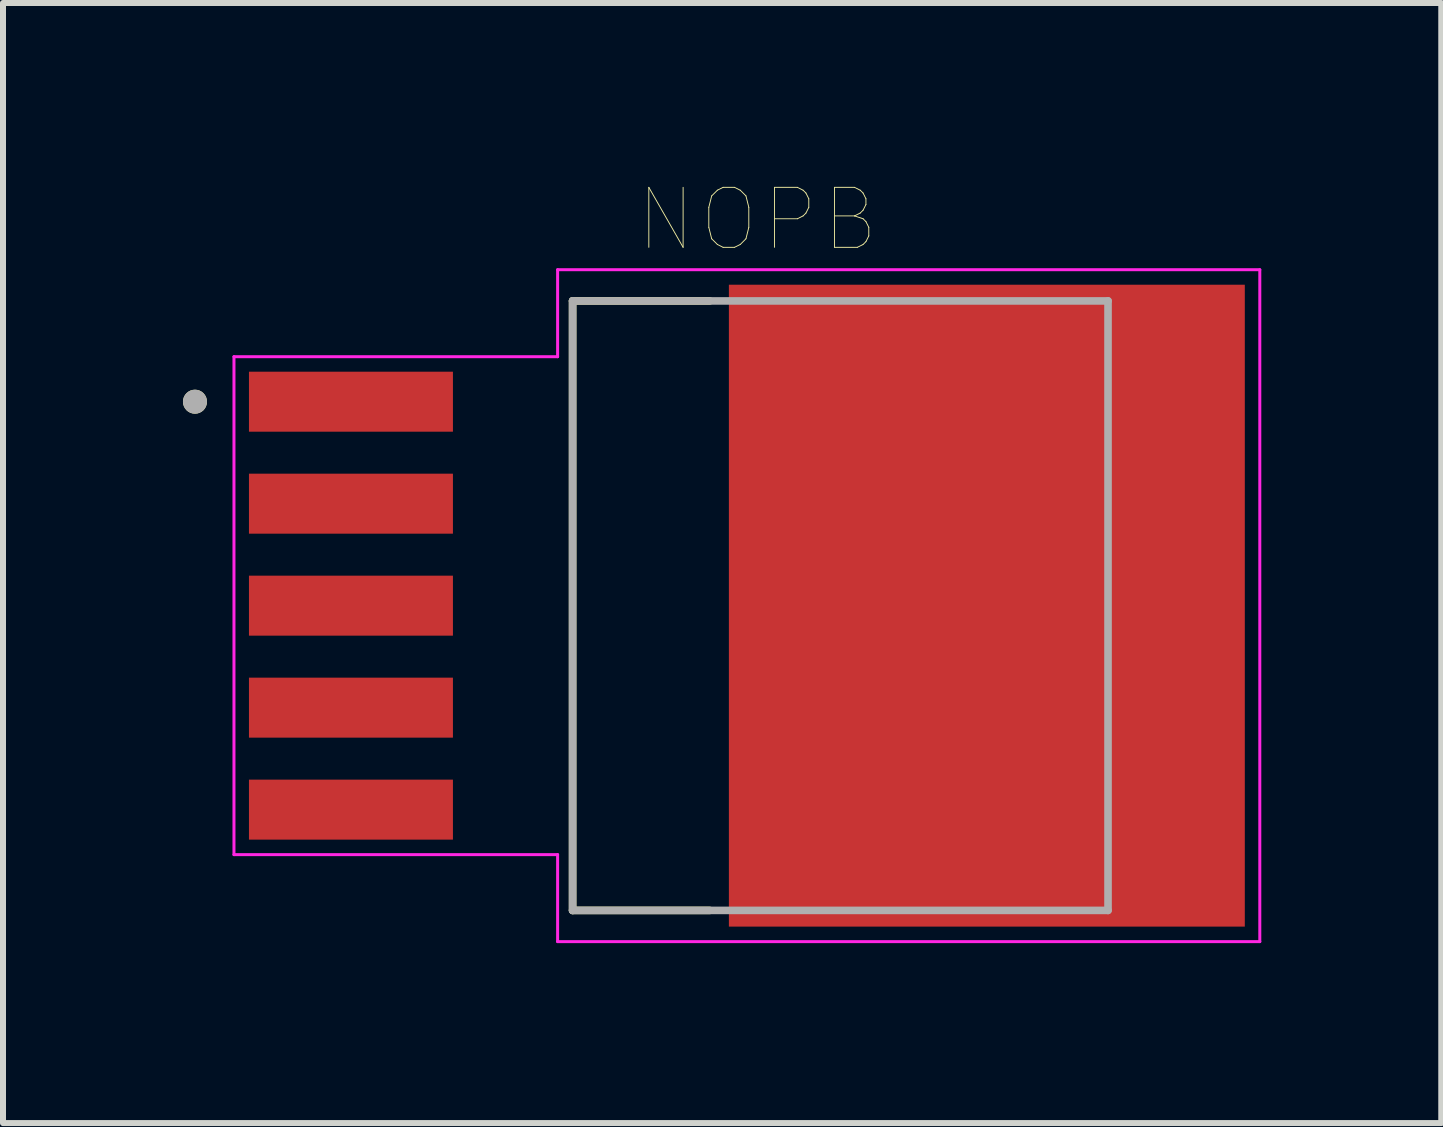
<source format=kicad_pcb>
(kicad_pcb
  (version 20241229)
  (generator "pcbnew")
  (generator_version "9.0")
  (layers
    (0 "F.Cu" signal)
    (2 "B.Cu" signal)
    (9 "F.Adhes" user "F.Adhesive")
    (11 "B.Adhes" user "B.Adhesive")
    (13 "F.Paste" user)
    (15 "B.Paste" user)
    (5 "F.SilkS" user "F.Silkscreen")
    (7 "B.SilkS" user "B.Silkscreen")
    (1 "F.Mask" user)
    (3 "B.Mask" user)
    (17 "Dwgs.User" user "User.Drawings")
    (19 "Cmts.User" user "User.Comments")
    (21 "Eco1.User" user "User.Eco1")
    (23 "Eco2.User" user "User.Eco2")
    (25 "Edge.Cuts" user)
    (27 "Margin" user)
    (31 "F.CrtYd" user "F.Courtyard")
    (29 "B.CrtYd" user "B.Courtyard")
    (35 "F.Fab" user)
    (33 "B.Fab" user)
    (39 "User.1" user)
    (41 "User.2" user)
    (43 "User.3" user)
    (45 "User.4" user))
  (footprint "NOPB"
    (layer "F.Cu")
    (at 13.4 7.046)
    (property "Reference" "NOPB" (at -3.825 -6.435 0) (layer "F.SilkS") (effects (font (size 1 1) (thickness 0.015))))
    (attr smd)
    (fp_poly (pts (xy -12.37 -3.97) (xy -8.83 -3.97) (xy -8.83 -2.83) (xy -12.37 -2.83)) (stroke (width 0.01) (type solid)) (fill yes) (layer "F.Mask"))
    (fp_poly (pts (xy -12.37 -2.27) (xy -8.83 -2.27) (xy -8.83 -1.13) (xy -12.37 -1.13)) (stroke (width 0.01) (type solid)) (fill yes) (layer "F.Mask"))
    (fp_poly (pts (xy -12.37 -0.57) (xy -8.83 -0.57) (xy -8.83 0.57) (xy -12.37 0.57)) (stroke (width 0.01) (type solid)) (fill yes) (layer "F.Mask"))
    (fp_poly (pts (xy -12.37 1.13) (xy -8.83 1.13) (xy -8.83 2.27) (xy -12.37 2.27)) (stroke (width 0.01) (type solid)) (fill yes) (layer "F.Mask"))
    (fp_poly (pts (xy -12.37 2.83) (xy -8.83 2.83) (xy -8.83 3.97) (xy -12.37 3.97)) (stroke (width 0.01) (type solid)) (fill yes) (layer "F.Mask"))
    (fp_poly (pts (xy -4.37 -5.42) (xy 4.37 -5.42) (xy 4.37 5.42) (xy -4.37 5.42)) (stroke (width 0.01) (type solid)) (fill yes) (layer "F.Mask"))
    (fp_line (start -6.905 -5.08) (end -6.905 5.08) (stroke (width 0.127) (type solid)) (layer "F.SilkS"))
    (fp_line (start -6.905 5.08) (end -4.62 5.08) (stroke (width 0.127) (type solid)) (layer "F.SilkS"))
    (fp_line (start -4.62 -5.08) (end -6.905 -5.08) (stroke (width 0.127) (type solid)) (layer "F.SilkS"))
    (fp_circle (center -13.2 -3.4) (end -13.1 -3.4) (stroke (width 0.2) (type solid)) (fill no) (layer "F.SilkS"))
    (fp_poly (pts (xy -12.25 -3.85) (xy -8.95 -3.85) (xy -8.95 -2.95) (xy -12.25 -2.95)) (stroke (width 0.01) (type solid)) (fill yes) (layer "F.Paste"))
    (fp_poly (pts (xy -12.25 -2.15) (xy -8.95 -2.15) (xy -8.95 -1.25) (xy -12.25 -1.25)) (stroke (width 0.01) (type solid)) (fill yes) (layer "F.Paste"))
    (fp_poly (pts (xy -12.25 -0.45) (xy -8.95 -0.45) (xy -8.95 0.45) (xy -12.25 0.45)) (stroke (width 0.01) (type solid)) (fill yes) (layer "F.Paste"))
    (fp_poly (pts (xy -12.25 1.25) (xy -8.95 1.25) (xy -8.95 2.15) (xy -12.25 2.15)) (stroke (width 0.01) (type solid)) (fill yes) (layer "F.Paste"))
    (fp_poly (pts (xy -12.25 2.95) (xy -8.95 2.95) (xy -8.95 3.85) (xy -12.25 3.85)) (stroke (width 0.01) (type solid)) (fill yes) (layer "F.Paste"))
    (fp_poly (pts (xy -4.25 -5.3) (xy 4.25 -5.3) (xy 4.25 5.3) (xy -4.25 5.3)) (stroke (width 0.01) (type solid)) (fill yes) (layer "F.Paste"))
    (fp_line (start -12.55 -4.15) (end -12.55 4.15) (stroke (width 0.05) (type solid)) (layer "F.CrtYd"))
    (fp_line (start -12.55 4.15) (end -7.155 4.15) (stroke (width 0.05) (type solid)) (layer "F.CrtYd"))
    (fp_line (start -7.155 -5.6) (end -7.155 -4.15) (stroke (width 0.05) (type solid)) (layer "F.CrtYd"))
    (fp_line (start -7.155 -4.15) (end -12.55 -4.15) (stroke (width 0.05) (type solid)) (layer "F.CrtYd"))
    (fp_line (start -7.155 4.15) (end -7.155 5.6) (stroke (width 0.05) (type solid)) (layer "F.CrtYd"))
    (fp_line (start -7.155 5.6) (end 4.55 5.6) (stroke (width 0.05) (type solid)) (layer "F.CrtYd"))
    (fp_line (start 4.55 -5.6) (end -7.155 -5.6) (stroke (width 0.05) (type solid)) (layer "F.CrtYd"))
    (fp_line (start 4.55 5.6) (end 4.55 -5.6) (stroke (width 0.05) (type solid)) (layer "F.CrtYd"))
    (fp_line (start -6.905 -5.08) (end -6.905 5.08) (stroke (width 0.127) (type solid)) (layer "F.Fab"))
    (fp_line (start -6.905 5.08) (end 2.02 5.08) (stroke (width 0.127) (type solid)) (layer "F.Fab"))
    (fp_line (start 2.02 -5.08) (end -6.905 -5.08) (stroke (width 0.127) (type solid)) (layer "F.Fab"))
    (fp_line (start 2.02 5.08) (end 2.02 -5.08) (stroke (width 0.127) (type solid)) (layer "F.Fab"))
    (fp_circle (center -13.2 -3.4) (end -13.1 -3.4) (stroke (width 0.2) (type solid)) (fill no) (layer "F.Fab"))
    (pad "1" smd rect (at -10.6 -3.4) (size 3.4 1) (layers "F.Cu"))
    (pad "2" smd rect (at -10.6 -1.7) (size 3.4 1) (layers "F.Cu"))
    (pad "3" smd rect (at -10.6 0) (size 3.4 1) (layers "F.Cu"))
    (pad "4" smd rect (at -10.6 1.7) (size 3.4 1) (layers "F.Cu"))
    (pad "5" smd rect (at -10.6 3.4) (size 3.4 1) (layers "F.Cu"))
    (pad "6" smd rect (at 0 0) (size 8.6 10.7) (layers "F.Cu")))
  (gr_rect
    (start -3 -3)
    (end 20.975 15.671)
    (stroke (width 0.1) (type default))
    (fill no)
    (layer "Edge.Cuts")))
</source>
